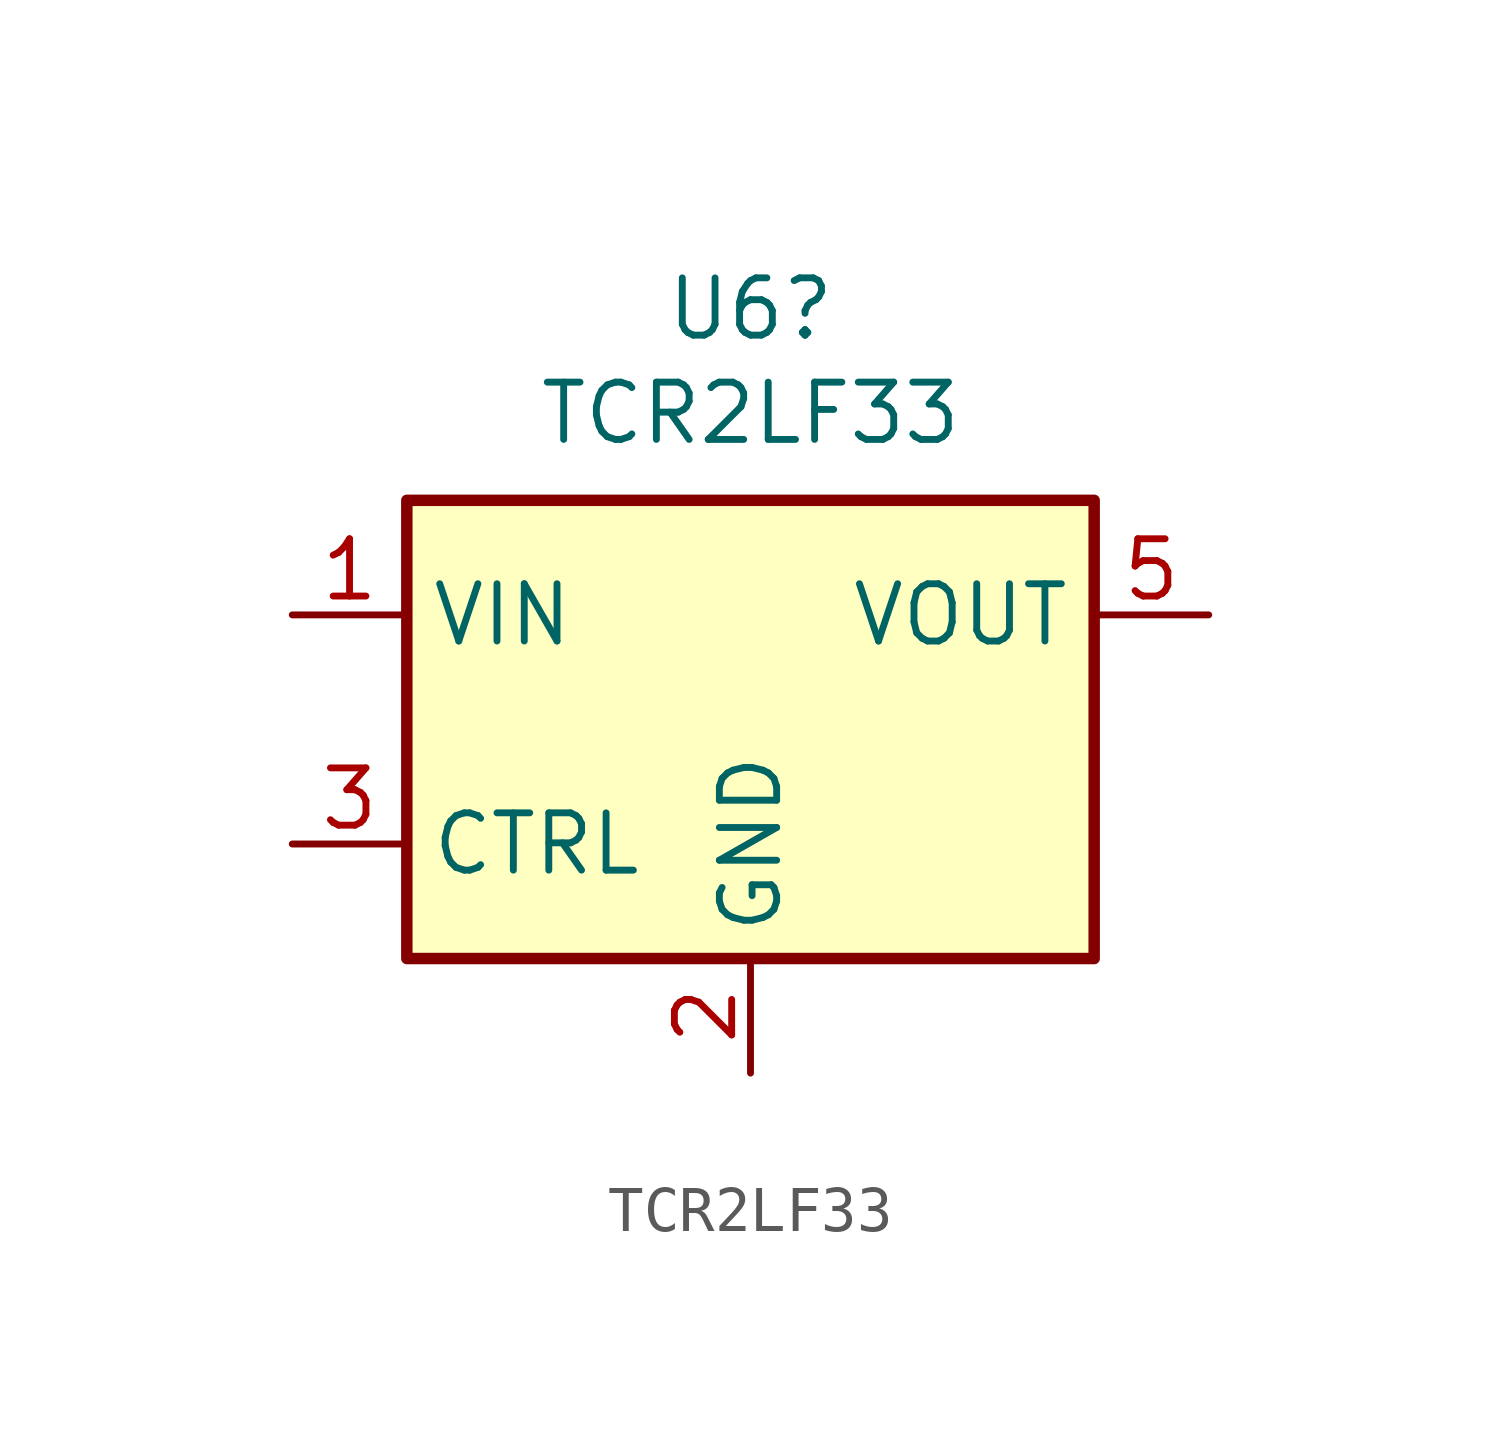
<source format=kicad_sym>
(kicad_symbol_lib
  (version 20220914)
  (generator kicad_symbol_editor)
  (symbol "TCR2LF33"
    (property "Reference" "U6"
      (at 0 9.322 0)
      (effects (font (size 1.27 1.27))))
    (property "Value" "TCR2LF33"
      (at 0 7.01 0)
      (effects (font (size 1.27 1.27))))
    (symbol "TCR2LF33_0_1"
      (rectangle (start -7.62 5.08) (end 7.62 -5.08) (stroke (width 0.254) (type default)) (fill (type background))))
    (symbol "TCR2LF33_1_1"
      (pin power_in line (at -10.16 2.54 0) (length 2.54) (name "VIN" (effects (font (size 1.27 1.27)))) (number "1" (effects (font (size 1.27 1.27)))))
      (pin power_in line (at 0 -7.62 90) (length 2.54) (name "GND" (effects (font (size 1.27 1.27)))) (number "2" (effects (font (size 1.27 1.27)))))
      (pin input line (at -10.16 -2.54 0) (length 2.54) (name "CTRL" (effects (font (size 1.27 1.27)))) (number "3" (effects (font (size 1.27 1.27)))))
      (pin no_connect line (at 7.62 -2.54 180) (length 2.54) hide (name "NC" (effects (font (size 1.27 1.27)))) (number "4" (effects (font (size 1.27 1.27)))))
      (pin power_out line (at 10.16 2.54 180) (length 2.54) (name "VOUT" (effects (font (size 1.27 1.27)))) (number "5" (effects (font (size 1.27 1.27))))))))
</source>
